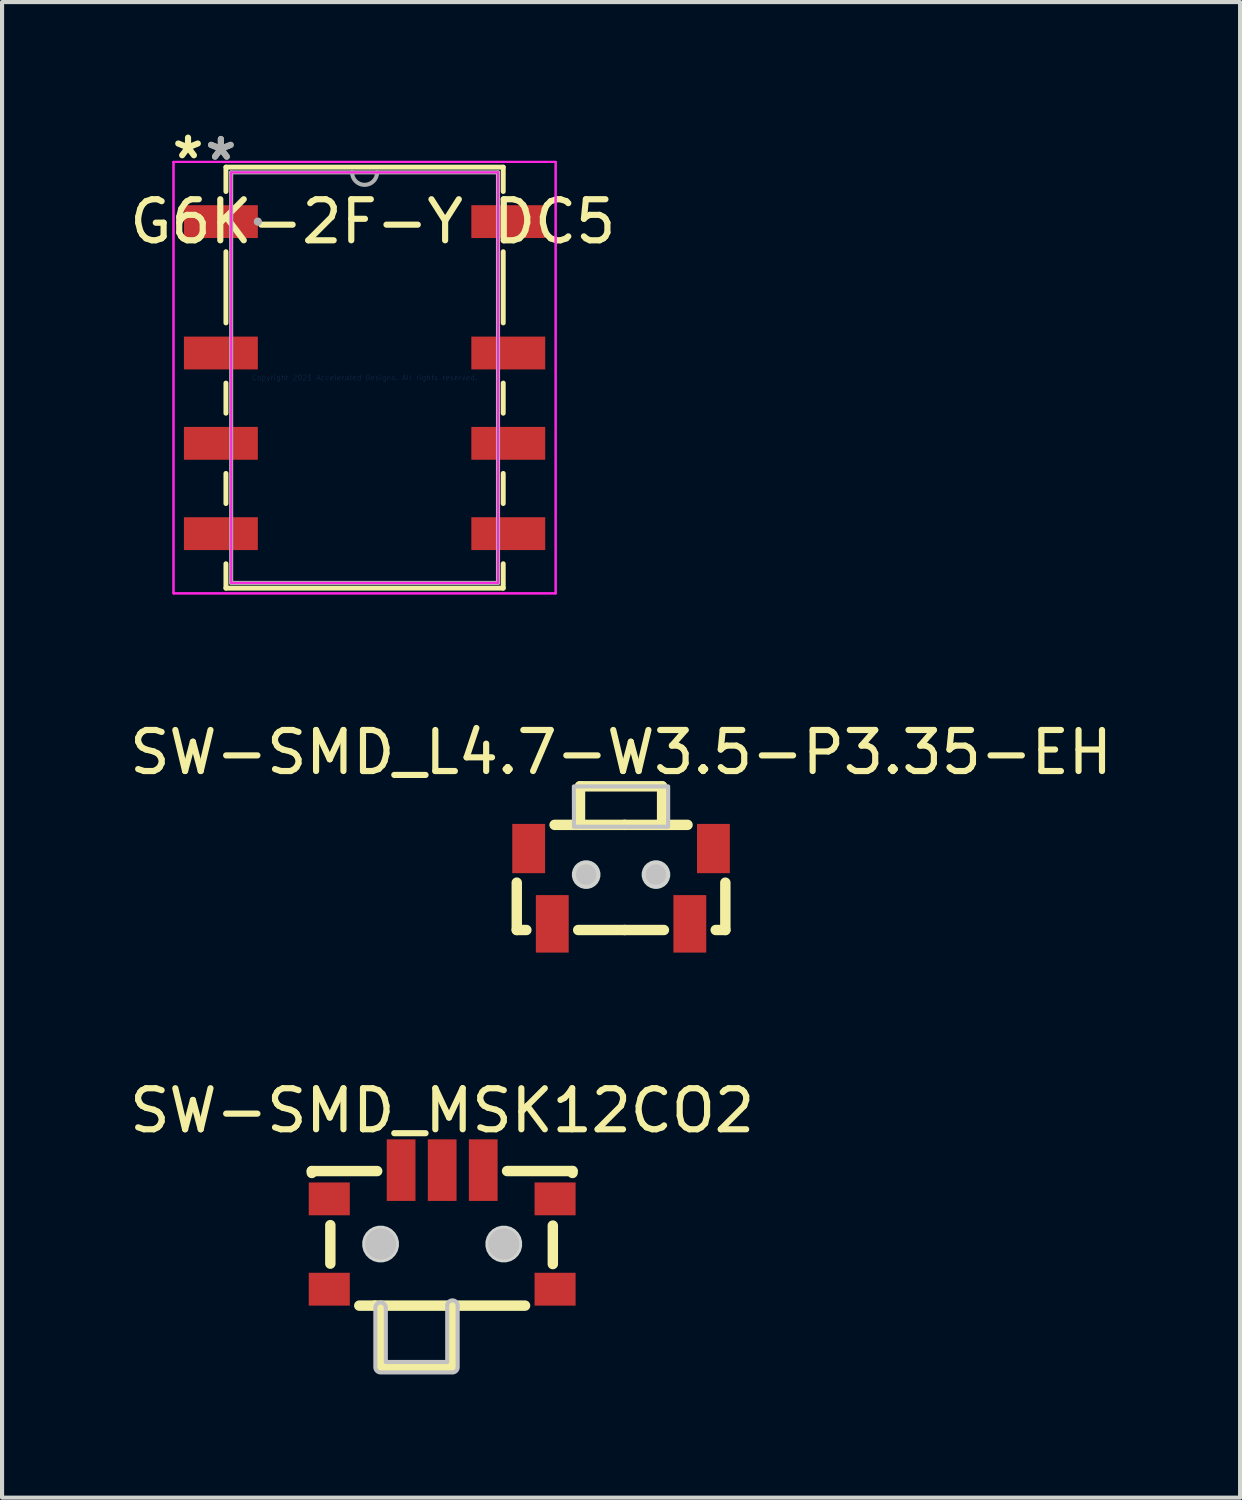
<source format=kicad_pcb>
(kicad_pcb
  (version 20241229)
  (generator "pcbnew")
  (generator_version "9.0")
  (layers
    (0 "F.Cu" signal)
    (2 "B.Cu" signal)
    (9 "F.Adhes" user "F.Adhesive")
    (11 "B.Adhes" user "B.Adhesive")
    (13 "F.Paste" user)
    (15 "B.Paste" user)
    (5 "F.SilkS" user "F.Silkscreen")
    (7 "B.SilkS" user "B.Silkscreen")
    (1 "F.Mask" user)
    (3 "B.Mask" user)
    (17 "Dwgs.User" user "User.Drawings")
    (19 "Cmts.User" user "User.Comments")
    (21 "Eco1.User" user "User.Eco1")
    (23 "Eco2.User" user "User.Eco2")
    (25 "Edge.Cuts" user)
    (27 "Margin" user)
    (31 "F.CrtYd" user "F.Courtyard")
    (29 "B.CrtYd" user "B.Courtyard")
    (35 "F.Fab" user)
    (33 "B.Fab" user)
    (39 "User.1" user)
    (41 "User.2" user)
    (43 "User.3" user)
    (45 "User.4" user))
  (footprint "SW-SMD_MSK12CO2"
    (layer "F.Cu")
    (at 7.72 26.901)
    (property "Reference" "SW-SMD_MSK12CO2" (at 0 -2.9 0) (layer "F.SilkS") (effects (font (size 1 1) (thickness 0.15))))
    (fp_line (start -3.175 -1.427) (end -3.175 -1.381) (stroke (width 0.254) (type default)) (layer "F.SilkS"))
    (fp_line (start -2.724 -0.11) (end -2.724 0.828) (stroke (width 0.254) (type default)) (layer "F.SilkS"))
    (fp_line (start -1.638 1.85) (end -2.019 1.85) (stroke (width 0.254) (type default)) (layer "F.SilkS"))
    (fp_line (start -1.583 -1.427) (end -3.175 -1.427) (stroke (width 0.254) (type default)) (layer "F.SilkS"))
    (fp_line (start -1.5 3.35) (end -1.5 1.9) (stroke (width 0.254) (type default)) (layer "F.SilkS"))
    (fp_line (start 0.25 1.85) (end -1.638 1.85) (stroke (width 0.254) (type default)) (layer "F.SilkS"))
    (fp_line (start 0.25 1.85) (end 0.25 3.35) (stroke (width 0.254) (type default)) (layer "F.SilkS"))
    (fp_line (start 0.25 1.85) (end 2.019 1.85) (stroke (width 0.254) (type default)) (layer "F.SilkS"))
    (fp_line (start 0.25 3.35) (end -1.5 3.35) (stroke (width 0.254) (type default)) (layer "F.SilkS"))
    (fp_line (start 1.581 -1.428) (end 3.175 -1.428) (stroke (width 0.254) (type default)) (layer "F.SilkS"))
    (fp_line (start 2.695 -0.1) (end 2.695 0.838) (stroke (width 0.254) (type default)) (layer "F.SilkS"))
    (fp_line (start 3.175 -1.428) (end 3.175 -1.381) (stroke (width 0.254) (type default)) (layer "F.SilkS"))
    (fp_circle (center -1.5 0.35) (end -1.31 0.35) (stroke (width 0.38) (type default)) (fill no) (layer "Dwgs.User"))
    (fp_circle (center 1.5 0.35) (end 1.69 0.35) (stroke (width 0.38) (type default)) (fill no) (layer "Dwgs.User"))
    (fp_poly (pts (arc (start 0.123 1.85) (mid 0.25 1.723) (end 0.377 1.85)) (arc (start 0.377 3.35) (mid 0.339803 3.439803) (end 0.25 3.477)) (arc (start -1.5 3.477) (mid -1.589803 3.439803) (end -1.627 3.35)) (arc (start -1.627 1.9) (mid -1.5 1.773) (end -1.373 1.9)) (xy -1.373 3.223) (xy 0.123 3.223)) (stroke (width 0.1) (type default)) (fill no) (layer "Dwgs.User"))
    (fp_poly (pts (xy -1.054 0.291) (xy -1.084 0.178) (xy -1.143 0.076) (xy -1.226 -0.007) (xy -1.328 -0.066) (xy -1.441 -0.096) (xy -1.559 -0.096) (xy -1.672 -0.066) (xy -1.774 -0.007) (xy -1.857 0.076) (xy -1.916 0.178) (xy -1.946 0.291) (xy -1.946 0.409) (xy -1.916 0.522) (xy -1.857 0.624) (xy -1.774 0.707) (xy -1.672 0.766) (xy -1.559 0.796) (xy -1.441 0.796) (xy -1.328 0.766) (xy -1.226 0.707) (xy -1.143 0.624) (xy -1.084 0.522) (xy -1.054 0.409)) (stroke (width 0) (type default)) (fill yes) (layer "Edge.Cuts"))
    (fp_poly (pts (xy 1.946 0.291) (xy 1.916 0.178) (xy 1.857 0.076) (xy 1.774 -0.007) (xy 1.672 -0.066) (xy 1.559 -0.096) (xy 1.441 -0.096) (xy 1.328 -0.066) (xy 1.226 -0.007) (xy 1.143 0.076) (xy 1.084 0.178) (xy 1.054 0.291) (xy 1.054 0.409) (xy 1.084 0.522) (xy 1.143 0.624) (xy 1.226 0.707) (xy 1.328 0.766) (xy 1.441 0.796) (xy 1.559 0.796) (xy 1.672 0.766) (xy 1.774 0.707) (xy 1.857 0.624) (xy 1.916 0.522) (xy 1.946 0.409)) (stroke (width 0) (type default)) (fill yes) (layer "Edge.Cuts"))
    (fp_poly (pts (xy -3.06 -0.95) (xy -2.51 -0.95) (xy -2.51 -0.55) (xy -3.06 -0.55)) (stroke (width 0.1) (type default)) (fill no) (layer "User.1"))
    (fp_poly (pts (xy -3.06 1.25) (xy -2.51 1.25) (xy -2.51 1.65) (xy -3.06 1.65)) (stroke (width 0.1) (type default)) (fill no) (layer "User.1"))
    (fp_poly (pts (xy -1.2 -1.988) (xy -0.8 -1.988) (xy -0.8 -0.8) (xy -1.2 -0.8)) (stroke (width 0.1) (type default)) (fill no) (layer "User.1"))
    (fp_poly (pts (xy -0.2 -1.988) (xy 0.2 -1.988) (xy 0.2 -0.8) (xy -0.2 -0.8)) (stroke (width 0.1) (type default)) (fill no) (layer "User.1"))
    (fp_poly (pts (xy 0.8 -1.988) (xy 1.2 -1.988) (xy 1.2 -0.8) (xy 0.8 -0.8)) (stroke (width 0.1) (type default)) (fill no) (layer "User.1"))
    (fp_poly (pts (xy 2.96 -0.549) (xy 2.41 -0.549) (xy 2.41 -0.95) (xy 2.96 -0.95)) (stroke (width 0.1) (type default)) (fill no) (layer "User.1"))
    (fp_poly (pts (xy 2.96 1.65) (xy 2.41 1.65) (xy 2.41 1.25) (xy 2.96 1.25)) (stroke (width 0.1) (type default)) (fill no) (layer "User.1"))
    (fp_line (start -2.56 1.742) (end -1.41 1.742) (stroke (width 0.051) (type default)) (layer "User.2"))
    (fp_line (start -2.55 -0.989) (end -2.56 1.742) (stroke (width 0.051) (type default)) (layer "User.2"))
    (fp_line (start -1.42 3.252) (end 0.1 3.252) (stroke (width 0.051) (type default)) (layer "User.2"))
    (fp_line (start -1.41 1.742) (end -1.41 3.241) (stroke (width 0.051) (type default)) (layer "User.2"))
    (fp_line (start -1.41 3.241) (end -1.42 3.252) (stroke (width 0.051) (type default)) (layer "User.2"))
    (fp_line (start 0.1 3.252) (end 0.15 3.25) (stroke (width 0.051) (type default)) (layer "User.2"))
    (fp_line (start 0.12 1.722) (end 2.46 1.722) (stroke (width 0.051) (type default)) (layer "User.2"))
    (fp_line (start 0.13 1.732) (end 0.12 1.722) (stroke (width 0.051) (type default)) (layer "User.2"))
    (fp_line (start 0.15 3.25) (end 0.13 1.732) (stroke (width 0.051) (type default)) (layer "User.2"))
    (fp_line (start 2.45 -0.95) (end -2.55 -0.989) (stroke (width 0.051) (type default)) (layer "User.2"))
    (fp_line (start 2.46 1.722) (end 2.45 -0.95) (stroke (width 0.051) (type default)) (layer "User.2"))
    (fp_poly (pts (xy -3.005 -2.011) (xy -3.037 -2.044) (xy -3.083 -2.044) (xy -3.115 -2.011) (xy -3.115 -1.966) (xy -3.083 -1.933) (xy -3.037 -1.933) (xy -3.005 -1.966)) (stroke (width 0.1) (type default)) (fill no) (layer "User.3"))
    (pad "1" smd rect (at -1 -1.45) (size 0.7 1.5) (layers "F.Cu" "F.Mask" "F.Paste"))
    (pad "2" smd rect (at 0 -1.45) (size 0.7 1.5) (layers "F.Cu" "F.Mask" "F.Paste"))
    (pad "3" smd rect (at 1 -1.45) (size 0.7 1.5) (layers "F.Cu" "F.Mask" "F.Paste"))
    (pad "4" smd rect (at -2.75 -0.75) (size 1 0.8) (layers "F.Cu" "F.Mask" "F.Paste"))
    (pad "4" smd rect (at -2.75 1.45) (size 1 0.8) (layers "F.Cu" "F.Mask" "F.Paste"))
    (pad "5" smd rect (at 2.75 -0.75) (size 1 0.8) (layers "F.Cu" "F.Mask" "F.Paste"))
    (pad "5" smd rect (at 2.75 1.45) (size 1 0.8) (layers "F.Cu" "F.Mask" "F.Paste")))
  (footprint "G6K-2F-Y DC5"
    (layer "F.Cu")
    (at 5.83 6.148)
    (property "Reference" "G6K-2F-Y DC5" (at 0.2 -3.8 0) (layer "F.SilkS") (effects (font (size 1 1) (thickness 0.15))))
    (attr through_hole)
    (fp_line (start -3.377 -5.127) (end -3.377 -4.533) (stroke (width 0.12) (type solid)) (layer "F.SilkS"))
    (fp_line (start -3.377 -3.067) (end -3.377 -1.333) (stroke (width 0.12) (type solid)) (layer "F.SilkS"))
    (fp_line (start -3.377 0.133) (end -3.377 0.867) (stroke (width 0.12) (type solid)) (layer "F.SilkS"))
    (fp_line (start -3.377 2.333) (end -3.377 3.067) (stroke (width 0.12) (type solid)) (layer "F.SilkS"))
    (fp_line (start -3.377 4.533) (end -3.377 5.127) (stroke (width 0.12) (type solid)) (layer "F.SilkS"))
    (fp_line (start -3.377 5.127) (end 3.377 5.127) (stroke (width 0.12) (type solid)) (layer "F.SilkS"))
    (fp_line (start 3.377 -5.127) (end -3.377 -5.127) (stroke (width 0.12) (type solid)) (layer "F.SilkS"))
    (fp_line (start 3.377 -4.533) (end 3.377 -5.127) (stroke (width 0.12) (type solid)) (layer "F.SilkS"))
    (fp_line (start 3.377 -1.333) (end 3.377 -3.067) (stroke (width 0.12) (type solid)) (layer "F.SilkS"))
    (fp_line (start 3.377 0.867) (end 3.377 0.133) (stroke (width 0.12) (type solid)) (layer "F.SilkS"))
    (fp_line (start 3.377 3.067) (end 3.377 2.333) (stroke (width 0.12) (type solid)) (layer "F.SilkS"))
    (fp_line (start 3.377 5.127) (end 3.377 4.533) (stroke (width 0.12) (type solid)) (layer "F.SilkS"))
    (fp_line (start -4.654 -5.254) (end 4.654 -5.254) (stroke (width 0.05) (type solid)) (layer "F.CrtYd"))
    (fp_line (start -4.654 -5.254) (end 4.654 -5.254) (stroke (width 0.05) (type solid)) (layer "F.CrtYd"))
    (fp_line (start -4.654 5.254) (end -4.654 -5.254) (stroke (width 0.05) (type solid)) (layer "F.CrtYd"))
    (fp_line (start -4.654 5.254) (end -4.654 -5.254) (stroke (width 0.05) (type solid)) (layer "F.CrtYd"))
    (fp_line (start -3.25 -5) (end 3.25 -5) (stroke (width 0.05) (type solid)) (layer "F.CrtYd"))
    (fp_line (start -3.25 5) (end -3.25 -5) (stroke (width 0.05) (type solid)) (layer "F.CrtYd"))
    (fp_line (start 3.25 -5) (end 3.25 5) (stroke (width 0.05) (type solid)) (layer "F.CrtYd"))
    (fp_line (start 3.25 5) (end -3.25 5) (stroke (width 0.05) (type solid)) (layer "F.CrtYd"))
    (fp_line (start 4.654 -5.254) (end 4.654 5.254) (stroke (width 0.05) (type solid)) (layer "F.CrtYd"))
    (fp_line (start 4.654 -5.254) (end 4.654 5.254) (stroke (width 0.05) (type solid)) (layer "F.CrtYd"))
    (fp_line (start 4.654 5.254) (end -4.654 5.254) (stroke (width 0.05) (type solid)) (layer "F.CrtYd"))
    (fp_line (start 4.654 5.254) (end -4.654 5.254) (stroke (width 0.05) (type solid)) (layer "F.CrtYd"))
    (fp_line (start -3.25 -5) (end -3.25 5) (stroke (width 0.1) (type solid)) (layer "F.Fab"))
    (fp_line (start -3.25 5) (end 3.25 5) (stroke (width 0.1) (type solid)) (layer "F.Fab"))
    (fp_line (start 3.25 -5) (end -3.25 -5) (stroke (width 0.1) (type solid)) (layer "F.Fab"))
    (fp_line (start 3.25 5) (end 3.25 -5) (stroke (width 0.1) (type solid)) (layer "F.Fab"))
    (fp_arc (start 0.3048 -5) (mid 0 -4.6952) (end -0.3048 -5) (stroke (width 0.1) (type solid)) (layer "F.Fab"))
    (fp_circle (center -2.6 -3.8) (end -2.6 -3.8) (stroke (width 0.1) (type solid)) (fill no) (layer "F.Fab"))
    (fp_text user "*" (at -4.3 -5.3 0) (layer "F.SilkS") (effects (font (size 1 1) (thickness 0.15))))
    (fp_text user "Copyright 2021 Accelerated Designs. All rights reserved." (at 0 0 0) (layer "Cmts.User") (effects (font (size 0.127 0.127) (thickness 0.002))))
    (fp_text user "*" (at -3.5 -5.267 0) (layer "F.Fab") (effects (font (size 1 1) (thickness 0.15))))
    (fp_text user "*" (at -3.5 -5.267 0) (layer "F.Fab") (effects (font (size 1 1) (thickness 0.15))))
    (pad "1" smd rect (at -3.5 -3.8) (size 1.8 0.8) (layers "F.Cu" "F.Mask" "F.Paste"))
    (pad "2" smd rect (at -3.5 -0.6) (size 1.8 0.8) (layers "F.Cu" "F.Mask" "F.Paste"))
    (pad "3" smd rect (at -3.5 1.6) (size 1.8 0.8) (layers "F.Cu" "F.Mask" "F.Paste"))
    (pad "4" smd rect (at -3.5 3.8) (size 1.8 0.8) (layers "F.Cu" "F.Mask" "F.Paste"))
    (pad "5" smd rect (at 3.5 3.8) (size 1.8 0.8) (layers "F.Cu" "F.Mask" "F.Paste"))
    (pad "6" smd rect (at 3.5 1.6) (size 1.8 0.8) (layers "F.Cu" "F.Mask" "F.Paste"))
    (pad "7" smd rect (at 3.5 -0.6) (size 1.8 0.8) (layers "F.Cu" "F.Mask" "F.Paste"))
    (pad "8" smd rect (at 3.5 -3.8) (size 1.8 0.8) (layers "F.Cu" "F.Mask" "F.Paste")))
  (footprint "SW-SMD_L4.7-W3.5-P3.35-EH"
    (layer "F.Cu")
    (at 12.077 18.535)
    (property "Reference" "SW-SMD_L4.7-W3.5-P3.35-EH" (at 0 -3.26 0) (layer "F.SilkS") (effects (font (size 1 1) (thickness 0.15))))
    (fp_line (start -2.54 1.067) (end -2.54 -0.086) (stroke (width 0.254) (type default)) (layer "F.SilkS"))
    (fp_line (start -2.306 1.067) (end -2.54 1.067) (stroke (width 0.254) (type default)) (layer "F.SilkS"))
    (fp_line (start -1 -2.433) (end -1 -1.494) (stroke (width 0.254) (type default)) (layer "F.SilkS"))
    (fp_line (start -1 -2.433) (end 1 -2.433) (stroke (width 0.254) (type default)) (layer "F.SilkS"))
    (fp_line (start 0.088 -1.494) (end -1.619 -1.494) (stroke (width 0.254) (type default)) (layer "F.SilkS"))
    (fp_line (start 0.088 -1.494) (end 1.619 -1.494) (stroke (width 0.254) (type default)) (layer "F.SilkS"))
    (fp_line (start 0.088 1.067) (end -1.044 1.067) (stroke (width 0.254) (type default)) (layer "F.SilkS"))
    (fp_line (start 0.088 1.067) (end 1.044 1.067) (stroke (width 0.254) (type default)) (layer "F.SilkS"))
    (fp_line (start 1 -2.433) (end 1 -1.512) (stroke (width 0.254) (type default)) (layer "F.SilkS"))
    (fp_line (start 2.306 1.067) (end 2.54 1.067) (stroke (width 0.254) (type default)) (layer "F.SilkS"))
    (fp_line (start 2.54 1.067) (end 2.54 -0.086) (stroke (width 0.254) (type default)) (layer "F.SilkS"))
    (fp_circle (center -0.85 -0.282) (end -0.725 -0.282) (stroke (width 0.25) (type default)) (fill no) (layer "Dwgs.User"))
    (fp_circle (center 0.85 -0.282) (end 0.975 -0.282) (stroke (width 0.25) (type default)) (fill no) (layer "Dwgs.User"))
    (fp_poly (pts (xy -1.149 -2.431) (xy 1.147 -2.431) (xy 1.147 -1.448) (xy -1.147 -1.448) (xy -1.147 -1.608)) (stroke (width 0.1) (type default)) (fill no) (layer "Dwgs.User"))
    (fp_poly (pts (xy -0.503 -0.328) (xy -0.527 -0.416) (xy -0.572 -0.496) (xy -0.637 -0.56) (xy -0.716 -0.606) (xy -0.804 -0.63) (xy -0.896 -0.63) (xy -0.984 -0.606) (xy -1.063 -0.56) (xy -1.128 -0.496) (xy -1.173 -0.416) (xy -1.197 -0.328) (xy -1.197 -0.237) (xy -1.173 -0.149) (xy -1.128 -0.069) (xy -1.063 -0.005) (xy -0.984 0.041) (xy -0.896 0.065) (xy -0.804 0.065) (xy -0.716 0.041) (xy -0.637 -0.005) (xy -0.572 -0.069) (xy -0.527 -0.149) (xy -0.503 -0.237)) (stroke (width 0) (type default)) (fill yes) (layer "Edge.Cuts"))
    (fp_poly (pts (xy 1.197 -0.328) (xy 1.173 -0.416) (xy 1.128 -0.496) (xy 1.063 -0.56) (xy 0.984 -0.606) (xy 0.896 -0.63) (xy 0.804 -0.63) (xy 0.716 -0.606) (xy 0.637 -0.56) (xy 0.572 -0.496) (xy 0.527 -0.416) (xy 0.503 -0.328) (xy 0.503 -0.237) (xy 0.527 -0.149) (xy 0.572 -0.069) (xy 0.637 -0.005) (xy 0.716 0.041) (xy 0.804 0.065) (xy 0.896 0.065) (xy 0.984 0.041) (xy 1.063 -0.005) (xy 1.128 -0.069) (xy 1.173 -0.149) (xy 1.197 -0.237)) (stroke (width 0) (type default)) (fill yes) (layer "Edge.Cuts"))
    (fp_poly (pts (xy -2.35 -1.32) (xy -1.95 -1.32) (xy -1.95 -0.52) (xy -2.35 -0.52)) (stroke (width 0.1) (type default)) (fill no) (layer "User.1"))
    (fp_poly (pts (xy -1.85 0.42) (xy -1.5 0.42) (xy -1.5 1.22) (xy -1.85 1.22)) (stroke (width 0.1) (type default)) (fill no) (layer "User.1"))
    (fp_poly (pts (xy 1.5 0.42) (xy 1.85 0.42) (xy 1.85 1.22) (xy 1.5 1.22)) (stroke (width 0.1) (type default)) (fill no) (layer "User.1"))
    (fp_poly (pts (xy 1.96 -1.32) (xy 2.36 -1.32) (xy 2.36 -0.52) (xy 1.96 -0.52)) (stroke (width 0.1) (type default)) (fill no) (layer "User.1"))
    (fp_line (start -2.09 -1.433) (end -2.09 1.07) (stroke (width 0.051) (type default)) (layer "User.2"))
    (fp_line (start -2.09 1.07) (end 2.11 1.07) (stroke (width 0.051) (type default)) (layer "User.2"))
    (fp_line (start -2.08 -1.442) (end -2.09 -1.433) (stroke (width 0.051) (type default)) (layer "User.2"))
    (fp_line (start -1.236 -1.446) (end -2.08 -1.442) (stroke (width 0.051) (type default)) (layer "User.2"))
    (fp_line (start -1.151 -2.433) (end -1.236 -1.446) (stroke (width 0.051) (type default)) (layer "User.2"))
    (fp_line (start 1.146 -2.438) (end -1.151 -2.433) (stroke (width 0.051) (type default)) (layer "User.2"))
    (fp_line (start 1.24 -1.44) (end 1.146 -2.438) (stroke (width 0.051) (type default)) (layer "User.2"))
    (fp_line (start 2.1 -1.44) (end 1.24 -1.44) (stroke (width 0.051) (type default)) (layer "User.2"))
    (fp_line (start 2.11 -1.43) (end 2.1 -1.44) (stroke (width 0.051) (type default)) (layer "User.2"))
    (fp_line (start 2.11 1.07) (end 2.11 -1.43) (stroke (width 0.051) (type default)) (layer "User.2"))
    (fp_poly (pts (xy -2.295 1.197) (xy -2.327 1.165) (xy -2.373 1.165) (xy -2.405 1.197) (xy -2.405 1.243) (xy -2.373 1.275) (xy -2.327 1.275) (xy -2.295 1.243)) (stroke (width 0.1) (type default)) (fill no) (layer "User.3"))
    (pad "1" smd rect (at -1.675 0.917) (size 0.8 1.4) (layers "F.Cu" "F.Mask" "F.Paste"))
    (pad "2" smd rect (at 1.675 0.917) (size 0.8 1.4) (layers "F.Cu" "F.Mask" "F.Paste"))
    (pad "3" smd rect (at -2.25 -0.917) (size 0.8 1.2) (layers "F.Cu" "F.Mask" "F.Paste"))
    (pad "4" smd rect (at 2.25 -0.917) (size 0.8 1.2) (layers "F.Cu" "F.Mask" "F.Paste")))
  (gr_rect
    (start -3 -3)
    (end 27.155 33.428)
    (stroke (width 0.1) (type default))
    (fill no)
    (layer "Edge.Cuts")))
</source>
